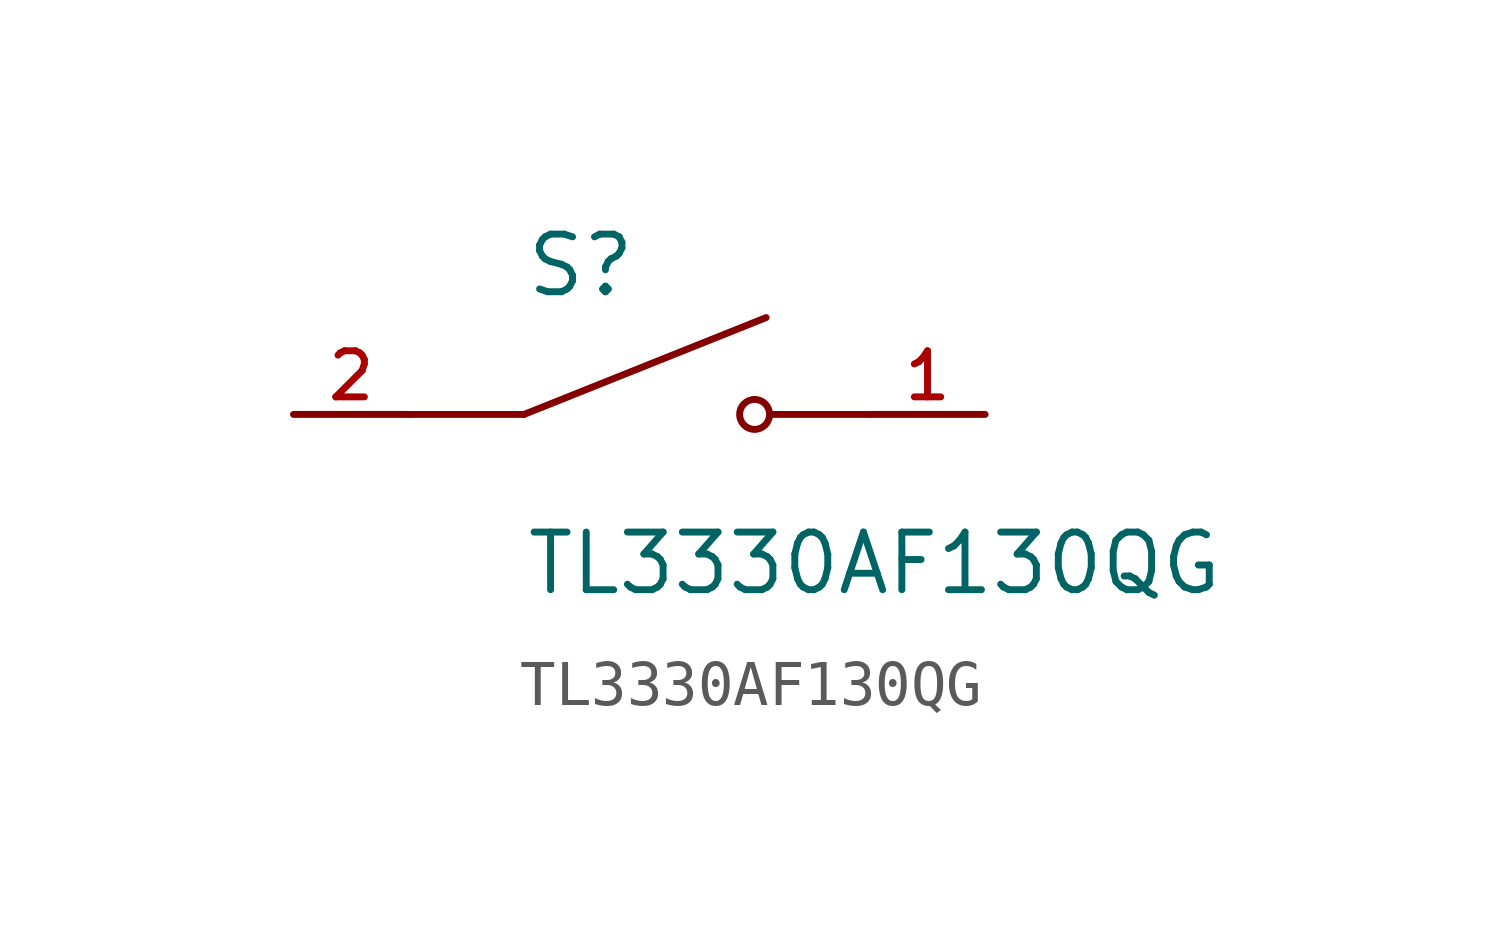
<source format=kicad_sym>
(kicad_symbol_lib
  (version 20220914)
  (generator kicad_symbol_editor)
  (symbol "TL3330AF130QG"
    (pin_names
      (offset 1.016))
    (property "Reference" "S"
      (at -2.54 2.54 0)
      (effects (font (size 1.27 1.27)) (justify left bottom)))
    (property "Value" "TL3330AF130QG"
      (at -2.54 -2.54 0)
      (effects (font (size 1.27 1.27)) (justify left top)))
    (symbol "TL3330AF130QG_0_0"
      (polyline (pts (xy -2.54 0) (xy -5.08 0)) (stroke (width 0.152) (type default)) (fill (type none)))
      (polyline (pts (xy -2.54 0) (xy 2.794 2.134)) (stroke (width 0.152) (type default)) (fill (type none)))
      (polyline (pts (xy 5.08 0) (xy 2.921 0)) (stroke (width 0.152) (type default)) (fill (type none)))
      (circle (center 2.54 0) (radius 0.33) (stroke (width 0.152) (type default)) (fill (type none)))
      (pin passive line (at 7.62 0 180) (length 2.54) (name "~" (effects (font (size 1.016 1.016)))) (number "1" (effects (font (size 1.016 1.016)))))
      (pin passive line (at -7.62 0 0) (length 2.54) (name "~" (effects (font (size 1.016 1.016)))) (number "2" (effects (font (size 1.016 1.016))))))))
</source>
